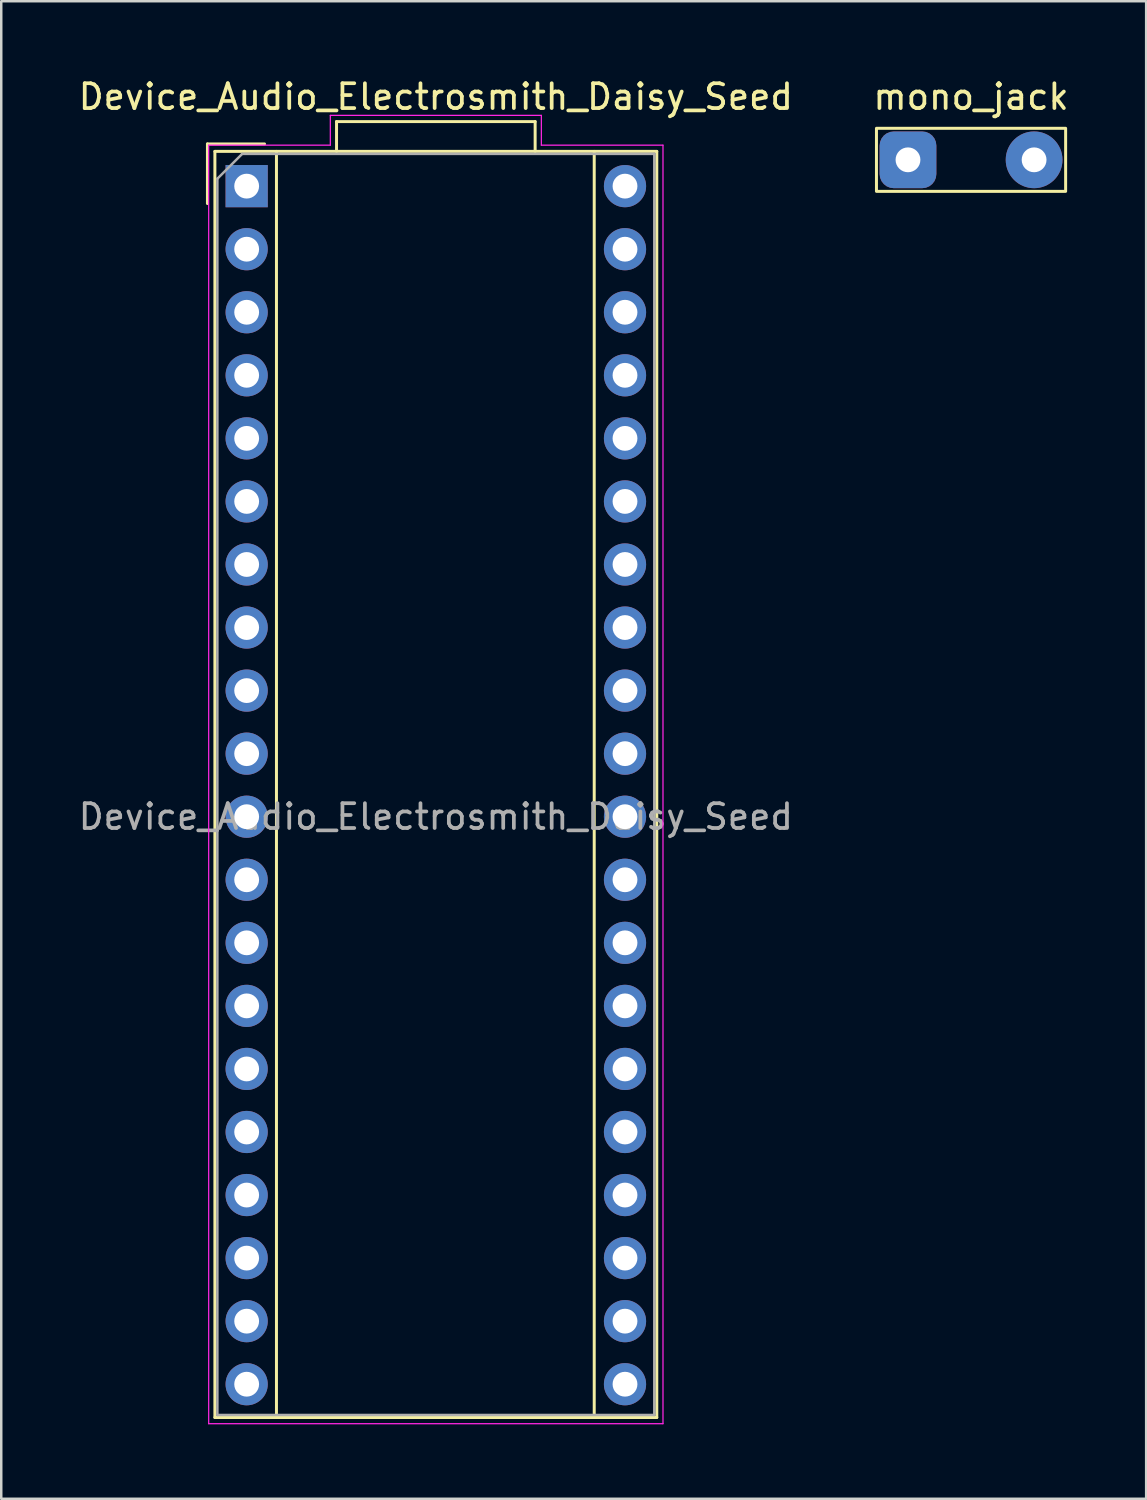
<source format=kicad_pcb>
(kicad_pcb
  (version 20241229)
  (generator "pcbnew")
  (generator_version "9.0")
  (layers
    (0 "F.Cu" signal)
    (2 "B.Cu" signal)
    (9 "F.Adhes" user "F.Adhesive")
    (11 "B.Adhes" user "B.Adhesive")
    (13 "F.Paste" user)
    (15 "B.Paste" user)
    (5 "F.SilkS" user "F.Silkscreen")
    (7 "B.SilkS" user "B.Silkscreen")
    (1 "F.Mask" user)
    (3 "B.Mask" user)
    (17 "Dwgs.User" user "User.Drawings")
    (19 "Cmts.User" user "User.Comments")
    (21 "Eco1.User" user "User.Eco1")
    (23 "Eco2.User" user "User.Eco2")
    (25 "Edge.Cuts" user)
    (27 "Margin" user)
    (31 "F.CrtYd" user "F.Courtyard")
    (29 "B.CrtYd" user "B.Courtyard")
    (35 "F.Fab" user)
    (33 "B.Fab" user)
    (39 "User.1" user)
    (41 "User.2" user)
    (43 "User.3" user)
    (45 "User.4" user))
  (footprint "mono_jack"
    (layer "F.Cu")
    (at 36.065 3.388)
    (property "Reference" "mono_jack" (at 0 -2.54 0) (unlocked yes) (layer "F.SilkS") (effects (font (size 1 1) (thickness 0.15))))
    (attr through_hole)
    (fp_rect (start -3.81 -1.27) (end 3.81 1.27) (stroke (width 0.12) (type default)) (fill no) (layer "F.SilkS"))
    (pad "S" thru_hole roundrect (at -2.54 0) (size 2.286 2.286) (drill 1) (layers "*.Cu" "*.Mask") (roundrect_rratio 0.25))
    (pad "T" thru_hole circle (at 2.54 0) (size 2.286 2.286) (drill 1) (layers "*.Cu" "*.Mask")))
  (footprint "Device_Audio_Electrosmith_Daisy_Seed"
    (layer "F.Cu")
    (at 6.886 4.448)
    (property "Reference" "Device_Audio_Electrosmith_Daisy_Seed" (at 7.62 -3.6 0) (layer "F.SilkS") (effects (font (size 1 1) (thickness 0.15))))
    (attr through_hole)
    (fp_line (start -1.58 -1.7) (end -1.58 0.7) (stroke (width 0.12) (type solid)) (layer "F.SilkS"))
    (fp_line (start -1.28 -1.4) (end 16.52 -1.4) (stroke (width 0.12) (type solid)) (layer "F.SilkS"))
    (fp_line (start -1.28 49.6) (end -1.28 -1.4) (stroke (width 0.12) (type solid)) (layer "F.SilkS"))
    (fp_line (start 0.72 -1.7) (end -1.58 -1.7) (stroke (width 0.12) (type solid)) (layer "F.SilkS"))
    (fp_line (start 1.2 -1.4) (end 1.2 49.6) (stroke (width 0.12) (type solid)) (layer "F.SilkS"))
    (fp_line (start 3.62 -2.6) (end 11.62 -2.6) (stroke (width 0.12) (type solid)) (layer "F.SilkS"))
    (fp_line (start 3.62 -1.4) (end 3.62 -2.6) (stroke (width 0.12) (type solid)) (layer "F.SilkS"))
    (fp_line (start 11.62 -2.6) (end 11.62 -1.4) (stroke (width 0.12) (type solid)) (layer "F.SilkS"))
    (fp_line (start 14 -1.4) (end 14 49.6) (stroke (width 0.12) (type solid)) (layer "F.SilkS"))
    (fp_line (start 16.52 -1.4) (end 16.52 49.6) (stroke (width 0.12) (type solid)) (layer "F.SilkS"))
    (fp_line (start 16.52 49.6) (end -1.28 49.6) (stroke (width 0.12) (type solid)) (layer "F.SilkS"))
    (fp_line (start -1.53 -1.65) (end 3.37 -1.65) (stroke (width 0.05) (type solid)) (layer "F.CrtYd"))
    (fp_line (start -1.53 49.85) (end -1.53 -1.65) (stroke (width 0.05) (type solid)) (layer "F.CrtYd"))
    (fp_line (start 3.37 -2.85) (end 11.87 -2.85) (stroke (width 0.05) (type solid)) (layer "F.CrtYd"))
    (fp_line (start 3.37 -1.65) (end 3.37 -2.85) (stroke (width 0.05) (type solid)) (layer "F.CrtYd"))
    (fp_line (start 11.87 -2.85) (end 11.87 -1.65) (stroke (width 0.05) (type solid)) (layer "F.CrtYd"))
    (fp_line (start 11.87 -1.65) (end 16.77 -1.65) (stroke (width 0.05) (type solid)) (layer "F.CrtYd"))
    (fp_line (start 16.77 -1.65) (end 16.77 49.85) (stroke (width 0.05) (type solid)) (layer "F.CrtYd"))
    (fp_line (start 16.77 49.85) (end -1.53 49.85) (stroke (width 0.05) (type solid)) (layer "F.CrtYd"))
    (fp_line (start -1.18 -0.3) (end -1.18 49.5) (stroke (width 0.1) (type solid)) (layer "F.Fab"))
    (fp_line (start -1.18 49.5) (end 16.42 49.5) (stroke (width 0.1) (type solid)) (layer "F.Fab"))
    (fp_line (start -0.18 -1.3) (end -1.18 -0.3) (stroke (width 0.1) (type solid)) (layer "F.Fab"))
    (fp_line (start 16.42 -1.3) (end -0.18 -1.3) (stroke (width 0.1) (type solid)) (layer "F.Fab"))
    (fp_line (start 16.42 49.5) (end 16.42 -1.3) (stroke (width 0.1) (type solid)) (layer "F.Fab"))
    (fp_text user "${REFERENCE}" (at 7.62 25.4 0) (layer "F.Fab") (effects (font (size 1 1) (thickness 0.15))))
    (pad "1" thru_hole rect (at 0 0) (size 1.7 1.7) (drill 1) (layers "*.Cu" "*.Mask"))
    (pad "2" thru_hole circle (at 0 2.54) (size 1.7 1.7) (drill 1) (layers "*.Cu" "*.Mask"))
    (pad "3" thru_hole circle (at 0 5.08) (size 1.7 1.7) (drill 1) (layers "*.Cu" "*.Mask"))
    (pad "4" thru_hole circle (at 0 7.62) (size 1.7 1.7) (drill 1) (layers "*.Cu" "*.Mask"))
    (pad "5" thru_hole circle (at 0 10.16) (size 1.7 1.7) (drill 1) (layers "*.Cu" "*.Mask"))
    (pad "6" thru_hole circle (at 0 12.7) (size 1.7 1.7) (drill 1) (layers "*.Cu" "*.Mask"))
    (pad "7" thru_hole circle (at 0 15.24) (size 1.7 1.7) (drill 1) (layers "*.Cu" "*.Mask"))
    (pad "8" thru_hole circle (at 0 17.78) (size 1.7 1.7) (drill 1) (layers "*.Cu" "*.Mask"))
    (pad "9" thru_hole circle (at 0 20.32) (size 1.7 1.7) (drill 1) (layers "*.Cu" "*.Mask"))
    (pad "10" thru_hole circle (at 0 22.86) (size 1.7 1.7) (drill 1) (layers "*.Cu" "*.Mask"))
    (pad "11" thru_hole circle (at 0 25.4) (size 1.7 1.7) (drill 1) (layers "*.Cu" "*.Mask"))
    (pad "12" thru_hole circle (at 0 27.94) (size 1.7 1.7) (drill 1) (layers "*.Cu" "*.Mask"))
    (pad "13" thru_hole circle (at 0 30.48) (size 1.7 1.7) (drill 1) (layers "*.Cu" "*.Mask"))
    (pad "14" thru_hole circle (at 0 33.02) (size 1.7 1.7) (drill 1) (layers "*.Cu" "*.Mask"))
    (pad "15" thru_hole circle (at 0 35.56) (size 1.7 1.7) (drill 1) (layers "*.Cu" "*.Mask"))
    (pad "16" thru_hole circle (at 0 38.1) (size 1.7 1.7) (drill 1) (layers "*.Cu" "*.Mask"))
    (pad "17" thru_hole circle (at 0 40.64) (size 1.7 1.7) (drill 1) (layers "*.Cu" "*.Mask"))
    (pad "18" thru_hole circle (at 0 43.18) (size 1.7 1.7) (drill 1) (layers "*.Cu" "*.Mask"))
    (pad "19" thru_hole circle (at 0 45.72) (size 1.7 1.7) (drill 1) (layers "*.Cu" "*.Mask"))
    (pad "20" thru_hole circle (at 0 48.26) (size 1.7 1.7) (drill 1) (layers "*.Cu" "*.Mask"))
    (pad "21" thru_hole circle (at 15.24 48.26) (size 1.7 1.7) (drill 1) (layers "*.Cu" "*.Mask"))
    (pad "22" thru_hole circle (at 15.24 45.72) (size 1.7 1.7) (drill 1) (layers "*.Cu" "*.Mask"))
    (pad "23" thru_hole circle (at 15.24 43.18) (size 1.7 1.7) (drill 1) (layers "*.Cu" "*.Mask"))
    (pad "24" thru_hole circle (at 15.24 40.64) (size 1.7 1.7) (drill 1) (layers "*.Cu" "*.Mask"))
    (pad "25" thru_hole circle (at 15.24 38.1) (size 1.7 1.7) (drill 1) (layers "*.Cu" "*.Mask"))
    (pad "26" thru_hole circle (at 15.24 35.56) (size 1.7 1.7) (drill 1) (layers "*.Cu" "*.Mask"))
    (pad "27" thru_hole circle (at 15.24 33.02) (size 1.7 1.7) (drill 1) (layers "*.Cu" "*.Mask"))
    (pad "28" thru_hole circle (at 15.24 30.48) (size 1.7 1.7) (drill 1) (layers "*.Cu" "*.Mask"))
    (pad "29" thru_hole circle (at 15.24 27.94) (size 1.7 1.7) (drill 1) (layers "*.Cu" "*.Mask"))
    (pad "30" thru_hole circle (at 15.24 25.4) (size 1.7 1.7) (drill 1) (layers "*.Cu" "*.Mask"))
    (pad "31" thru_hole circle (at 15.24 22.86) (size 1.7 1.7) (drill 1) (layers "*.Cu" "*.Mask"))
    (pad "32" thru_hole circle (at 15.24 20.32) (size 1.7 1.7) (drill 1) (layers "*.Cu" "*.Mask"))
    (pad "33" thru_hole circle (at 15.24 17.78) (size 1.7 1.7) (drill 1) (layers "*.Cu" "*.Mask"))
    (pad "34" thru_hole circle (at 15.24 15.24) (size 1.7 1.7) (drill 1) (layers "*.Cu" "*.Mask"))
    (pad "35" thru_hole circle (at 15.24 12.7) (size 1.7 1.7) (drill 1) (layers "*.Cu" "*.Mask"))
    (pad "36" thru_hole circle (at 15.24 10.16) (size 1.7 1.7) (drill 1) (layers "*.Cu" "*.Mask"))
    (pad "37" thru_hole circle (at 15.24 7.62) (size 1.7 1.7) (drill 1) (layers "*.Cu" "*.Mask"))
    (pad "38" thru_hole circle (at 15.24 5.08) (size 1.7 1.7) (drill 1) (layers "*.Cu" "*.Mask"))
    (pad "39" thru_hole circle (at 15.24 2.54) (size 1.7 1.7) (drill 1) (layers "*.Cu" "*.Mask"))
    (pad "40" thru_hole circle (at 15.24 0) (size 1.7 1.7) (drill 1) (layers "*.Cu" "*.Mask")))
  (gr_rect
    (start -3 -3)
    (end 43.119 57.323)
    (stroke (width 0.1) (type default))
    (fill no)
    (layer "Edge.Cuts")))
</source>
